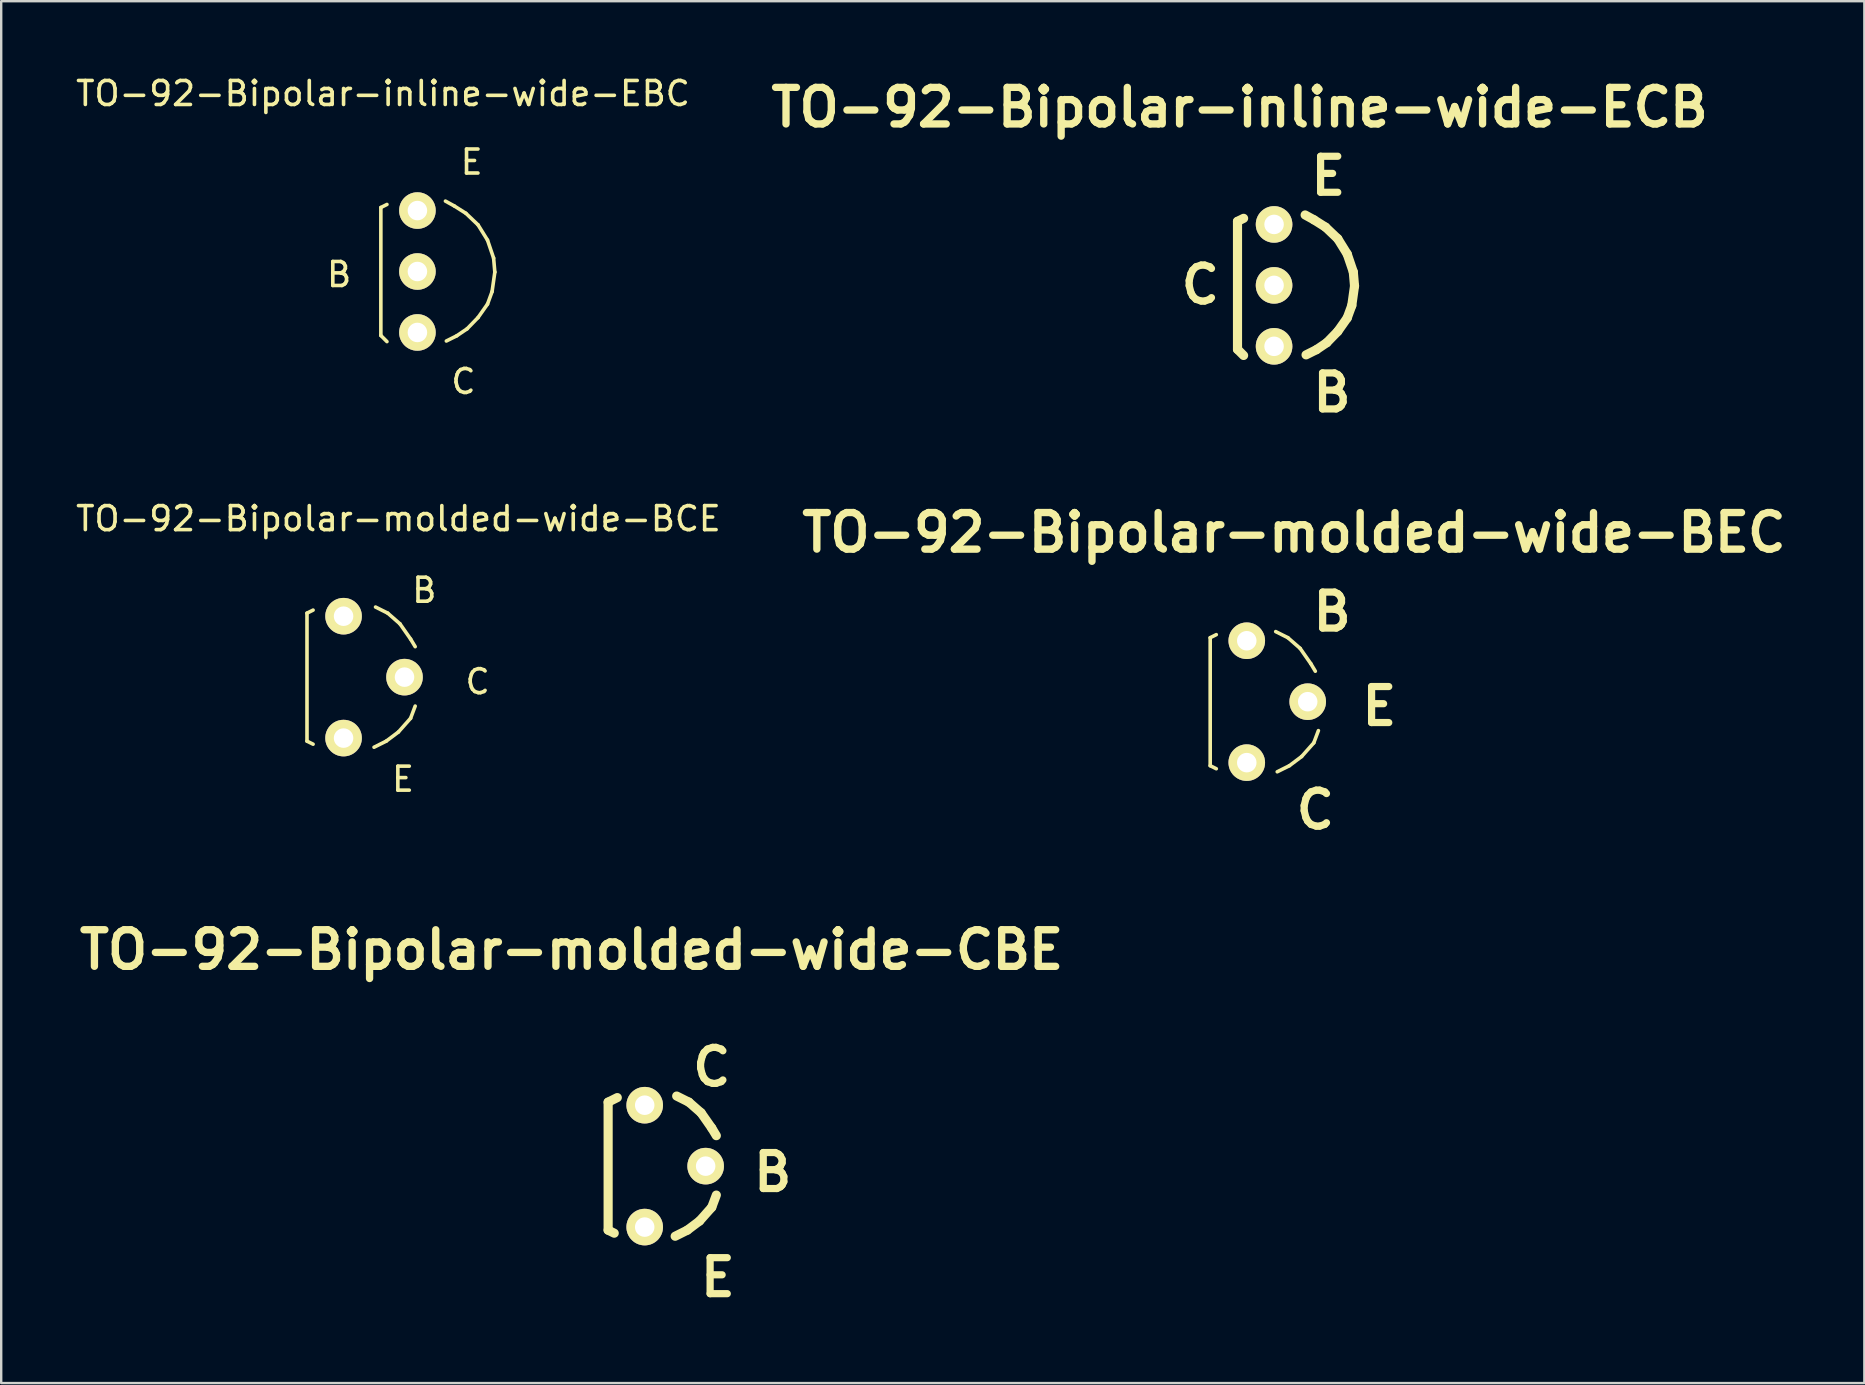
<source format=kicad_pcb>
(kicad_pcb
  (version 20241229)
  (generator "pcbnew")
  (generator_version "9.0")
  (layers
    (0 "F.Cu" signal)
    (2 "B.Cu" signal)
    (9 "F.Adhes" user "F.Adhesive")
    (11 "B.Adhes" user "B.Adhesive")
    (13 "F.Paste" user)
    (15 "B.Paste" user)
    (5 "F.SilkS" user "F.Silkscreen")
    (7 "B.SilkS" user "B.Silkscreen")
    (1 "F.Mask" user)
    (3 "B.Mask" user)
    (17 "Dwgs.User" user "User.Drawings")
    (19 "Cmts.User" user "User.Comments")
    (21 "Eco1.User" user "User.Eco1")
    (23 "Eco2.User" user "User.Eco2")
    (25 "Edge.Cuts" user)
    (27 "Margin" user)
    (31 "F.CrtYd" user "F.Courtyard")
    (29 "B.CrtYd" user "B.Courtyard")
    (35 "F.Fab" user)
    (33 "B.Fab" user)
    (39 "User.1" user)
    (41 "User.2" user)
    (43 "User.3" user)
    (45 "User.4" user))
  (footprint "TO-92-Bipolar-inline-wide-EBC"
    (layer "F.Cu")
    (at 14.346 8.265)
    (property "Reference" "TO-92-Bipolar-inline-wide-EBC" (at -1.435 -7.417 0) (layer "F.SilkS") (effects (font (size 1 1) (thickness 0.15))))
    (attr through_hole)
    (fp_line (start -1.524 -2.667) (end -1.524 2.667) (stroke (width 0.15) (type solid)) (layer "F.SilkS"))
    (fp_line (start -1.524 -2.667) (end -1.27 -2.794) (stroke (width 0.15) (type solid)) (layer "F.SilkS"))
    (fp_line (start -1.524 2.667) (end -1.27 2.921) (stroke (width 0.15) (type solid)) (layer "F.SilkS"))
    (fp_line (start 1.168 -2.934) (end 1.537 -2.731) (stroke (width 0.15) (type solid)) (layer "F.SilkS"))
    (fp_line (start 1.537 -2.731) (end 2.019 -2.426) (stroke (width 0.15) (type solid)) (layer "F.SilkS"))
    (fp_line (start 1.638 2.68) (end 1.206 2.896) (stroke (width 0.15) (type solid)) (layer "F.SilkS"))
    (fp_line (start 2.019 -2.426) (end 2.527 -1.943) (stroke (width 0.15) (type solid)) (layer "F.SilkS"))
    (fp_line (start 2.07 2.388) (end 1.638 2.68) (stroke (width 0.15) (type solid)) (layer "F.SilkS"))
    (fp_line (start 2.527 -1.943) (end 2.921 -1.308) (stroke (width 0.15) (type solid)) (layer "F.SilkS"))
    (fp_line (start 2.527 1.918) (end 2.07 2.388) (stroke (width 0.15) (type solid)) (layer "F.SilkS"))
    (fp_line (start 2.921 -1.308) (end 3.175 -0.559) (stroke (width 0.15) (type solid)) (layer "F.SilkS"))
    (fp_line (start 2.921 1.359) (end 2.527 1.918) (stroke (width 0.15) (type solid)) (layer "F.SilkS"))
    (fp_line (start 3.111 0.838) (end 2.921 1.359) (stroke (width 0.15) (type solid)) (layer "F.SilkS"))
    (fp_line (start 3.175 -0.559) (end 3.226 0.025) (stroke (width 0.15) (type solid)) (layer "F.SilkS"))
    (fp_line (start 3.226 0.025) (end 3.111 0.838) (stroke (width 0.15) (type solid)) (layer "F.SilkS"))
    (fp_text user "C" (at 1.918 4.585 0) (layer "F.SilkS") (effects (font (size 1 1) (thickness 0.15))))
    (fp_text user "E" (at 2.261 -4.559 0) (layer "F.SilkS") (effects (font (size 1 1) (thickness 0.15))))
    (fp_text user "B" (at -3.264 0.127 0) (layer "F.SilkS") (effects (font (size 1 1) (thickness 0.15))))
    (pad "B" thru_hole circle (at 0 0) (size 1.524 1.524) (drill 0.813) (layers "*.Cu" "*.Mask" "F.SilkS"))
    (pad "C" thru_hole circle (at 0 2.54) (size 1.524 1.524) (drill 0.813) (layers "*.Cu" "*.Mask" "F.SilkS"))
    (pad "E" thru_hole circle (at 0 -2.54) (size 1.524 1.524) (drill 0.813) (layers "*.Cu" "*.Mask" "F.SilkS")))
  (footprint "TO-92-Bipolar-molded-wide-BCE"
    (layer "F.Cu")
    (at 11.268 25.17)
    (property "Reference" "TO-92-Bipolar-molded-wide-BCE" (at 2.286 -6.604 0) (layer "F.SilkS") (effects (font (size 1 1) (thickness 0.15))))
    (attr through_hole)
    (fp_line (start -1.524 -2.667) (end -1.524 2.667) (stroke (width 0.15) (type solid)) (layer "F.SilkS"))
    (fp_line (start -1.524 -2.667) (end -1.27 -2.794) (stroke (width 0.15) (type solid)) (layer "F.SilkS"))
    (fp_line (start -1.524 2.667) (end -1.27 2.794) (stroke (width 0.15) (type solid)) (layer "F.SilkS"))
    (fp_line (start 1.333 -2.921) (end 1.841 -2.667) (stroke (width 0.15) (type solid)) (layer "F.SilkS"))
    (fp_line (start 1.778 2.667) (end 1.27 2.921) (stroke (width 0.15) (type solid)) (layer "F.SilkS"))
    (fp_line (start 1.841 -2.667) (end 2.349 -2.223) (stroke (width 0.15) (type solid)) (layer "F.SilkS"))
    (fp_line (start 2.286 2.286) (end 1.778 2.667) (stroke (width 0.15) (type solid)) (layer "F.SilkS"))
    (fp_line (start 2.349 -2.223) (end 2.794 -1.587) (stroke (width 0.15) (type solid)) (layer "F.SilkS"))
    (fp_line (start 2.794 -1.587) (end 2.985 -1.27) (stroke (width 0.15) (type solid)) (layer "F.SilkS"))
    (fp_line (start 2.794 1.714) (end 2.286 2.286) (stroke (width 0.15) (type solid)) (layer "F.SilkS"))
    (fp_line (start 2.985 1.206) (end 2.794 1.714) (stroke (width 0.15) (type solid)) (layer "F.SilkS"))
    (fp_text user "C" (at 5.588 0.191 0) (layer "F.SilkS") (effects (font (size 1 1) (thickness 0.15))))
    (fp_text user "E" (at 2.477 4.255 0) (layer "F.SilkS") (effects (font (size 1 1) (thickness 0.15))))
    (fp_text user "B" (at 3.365 -3.619 0) (layer "F.SilkS") (effects (font (size 1 1) (thickness 0.15))))
    (pad "B" thru_hole circle (at 0 -2.54) (size 1.524 1.524) (drill 0.813) (layers "*.Cu" "*.Mask" "F.SilkS"))
    (pad "C" thru_hole circle (at 2.54 0) (size 1.524 1.524) (drill 0.813) (layers "*.Cu" "*.Mask" "F.SilkS"))
    (pad "E" thru_hole circle (at 0 2.54) (size 1.524 1.524) (drill 0.813) (layers "*.Cu" "*.Mask" "F.SilkS")))
  (footprint "TO-92-Bipolar-inline-wide-ECB"
    (layer "F.Cu")
    (at 50.047 8.843)
    (property "Reference" "TO-92-Bipolar-inline-wide-ECB" (at -1.435 -7.417 0) (layer "F.SilkS") (effects (font (size 1.524 1.524) (thickness 0.305))))
    (attr through_hole)
    (fp_line (start -1.524 -2.667) (end -1.524 2.667) (stroke (width 0.381) (type solid)) (layer "F.SilkS"))
    (fp_line (start -1.524 -2.667) (end -1.27 -2.794) (stroke (width 0.381) (type solid)) (layer "F.SilkS"))
    (fp_line (start -1.524 2.667) (end -1.27 2.921) (stroke (width 0.381) (type solid)) (layer "F.SilkS"))
    (fp_line (start 1.295 -2.934) (end 1.664 -2.731) (stroke (width 0.381) (type solid)) (layer "F.SilkS"))
    (fp_line (start 1.664 -2.731) (end 2.146 -2.426) (stroke (width 0.381) (type solid)) (layer "F.SilkS"))
    (fp_line (start 1.765 2.68) (end 1.333 2.896) (stroke (width 0.381) (type solid)) (layer "F.SilkS"))
    (fp_line (start 2.146 -2.426) (end 2.654 -1.943) (stroke (width 0.381) (type solid)) (layer "F.SilkS"))
    (fp_line (start 2.197 2.388) (end 1.765 2.68) (stroke (width 0.381) (type solid)) (layer "F.SilkS"))
    (fp_line (start 2.654 -1.943) (end 3.048 -1.308) (stroke (width 0.381) (type solid)) (layer "F.SilkS"))
    (fp_line (start 2.654 1.918) (end 2.197 2.388) (stroke (width 0.381) (type solid)) (layer "F.SilkS"))
    (fp_line (start 3.048 -1.308) (end 3.302 -0.559) (stroke (width 0.381) (type solid)) (layer "F.SilkS"))
    (fp_line (start 3.048 1.359) (end 2.654 1.918) (stroke (width 0.381) (type solid)) (layer "F.SilkS"))
    (fp_line (start 3.239 0.838) (end 3.048 1.359) (stroke (width 0.381) (type solid)) (layer "F.SilkS"))
    (fp_line (start 3.302 -0.559) (end 3.353 0.025) (stroke (width 0.381) (type solid)) (layer "F.SilkS"))
    (fp_line (start 3.353 0.025) (end 3.239 0.838) (stroke (width 0.381) (type solid)) (layer "F.SilkS"))
    (fp_text user "C" (at -3.073 -0.025 0) (layer "F.SilkS") (effects (font (size 1.501 1.501) (thickness 0.3))))
    (fp_text user "B" (at 2.413 4.47 0) (layer "F.SilkS") (effects (font (size 1.501 1.501) (thickness 0.3))))
    (fp_text user "E" (at 2.261 -4.559 0) (layer "F.SilkS") (effects (font (size 1.501 1.501) (thickness 0.3))))
    (pad "B" thru_hole circle (at 0 2.54) (size 1.524 1.524) (drill 0.813) (layers "*.Cu" "*.Mask" "F.SilkS"))
    (pad "C" thru_hole circle (at 0 0) (size 1.524 1.524) (drill 0.813) (layers "*.Cu" "*.Mask" "F.SilkS"))
    (pad "E" thru_hole circle (at 0 -2.54) (size 1.524 1.524) (drill 0.813) (layers "*.Cu" "*.Mask" "F.SilkS")))
  (footprint "TO-92-Bipolar-molded-wide-CBE"
    (layer "F.Cu")
    (at 23.818 45.549)
    (property "Reference" "TO-92-Bipolar-molded-wide-CBE" (at -3.048 -9.017 0) (layer "F.SilkS") (effects (font (size 1.524 1.524) (thickness 0.305))))
    (attr through_hole)
    (fp_line (start -1.524 -2.667) (end -1.524 2.667) (stroke (width 0.381) (type solid)) (layer "F.SilkS"))
    (fp_line (start -1.524 -2.667) (end -1.143 -2.857) (stroke (width 0.381) (type solid)) (layer "F.SilkS"))
    (fp_line (start -1.524 2.667) (end -1.27 2.794) (stroke (width 0.381) (type solid)) (layer "F.SilkS"))
    (fp_line (start 1.333 -2.921) (end 1.841 -2.667) (stroke (width 0.381) (type solid)) (layer "F.SilkS"))
    (fp_line (start 1.778 2.667) (end 1.27 2.921) (stroke (width 0.381) (type solid)) (layer "F.SilkS"))
    (fp_line (start 1.841 -2.667) (end 2.349 -2.223) (stroke (width 0.381) (type solid)) (layer "F.SilkS"))
    (fp_line (start 2.286 2.286) (end 1.778 2.667) (stroke (width 0.381) (type solid)) (layer "F.SilkS"))
    (fp_line (start 2.349 -2.223) (end 2.794 -1.587) (stroke (width 0.381) (type solid)) (layer "F.SilkS"))
    (fp_line (start 2.794 -1.587) (end 2.985 -1.27) (stroke (width 0.381) (type solid)) (layer "F.SilkS"))
    (fp_line (start 2.794 1.714) (end 2.286 2.286) (stroke (width 0.381) (type solid)) (layer "F.SilkS"))
    (fp_line (start 2.985 1.206) (end 2.794 1.714) (stroke (width 0.381) (type solid)) (layer "F.SilkS"))
    (fp_text user "B" (at 5.334 0.254 0) (layer "F.SilkS") (effects (font (size 1.501 1.501) (thickness 0.3))))
    (fp_text user "C" (at 2.794 -4.128 0) (layer "F.SilkS") (effects (font (size 1.501 1.501) (thickness 0.3))))
    (fp_text user "E" (at 3.048 4.636 0) (layer "F.SilkS") (effects (font (size 1.501 1.501) (thickness 0.3))))
    (pad "B" thru_hole circle (at 2.54 0) (size 1.524 1.524) (drill 0.813) (layers "*.Cu" "*.Mask" "F.SilkS"))
    (pad "C" thru_hole circle (at 0 -2.54) (size 1.524 1.524) (drill 0.813) (layers "*.Cu" "*.Mask" "F.SilkS"))
    (pad "E" thru_hole circle (at 0 2.54) (size 1.524 1.524) (drill 0.813) (layers "*.Cu" "*.Mask" "F.SilkS")))
  (footprint "TO-92-Bipolar-molded-wide-BEC"
    (layer "F.Cu")
    (at 48.909 26.193)
    (property "Reference" "TO-92-Bipolar-molded-wide-BEC" (at 1.968 -7.048 0) (layer "F.SilkS") (effects (font (size 1.524 1.524) (thickness 0.305))))
    (attr through_hole)
    (fp_line (start -1.524 -2.667) (end -1.524 2.667) (stroke (width 0.15) (type solid)) (layer "F.SilkS"))
    (fp_line (start -1.524 -2.667) (end -1.27 -2.794) (stroke (width 0.15) (type solid)) (layer "F.SilkS"))
    (fp_line (start -1.524 2.667) (end -1.27 2.794) (stroke (width 0.15) (type solid)) (layer "F.SilkS"))
    (fp_line (start 1.206 -2.921) (end 1.714 -2.667) (stroke (width 0.15) (type solid)) (layer "F.SilkS"))
    (fp_line (start 1.714 -2.667) (end 2.223 -2.223) (stroke (width 0.15) (type solid)) (layer "F.SilkS"))
    (fp_line (start 1.778 2.667) (end 1.27 2.921) (stroke (width 0.15) (type solid)) (layer "F.SilkS"))
    (fp_line (start 2.223 -2.223) (end 2.667 -1.587) (stroke (width 0.15) (type solid)) (layer "F.SilkS"))
    (fp_line (start 2.286 2.286) (end 1.778 2.667) (stroke (width 0.15) (type solid)) (layer "F.SilkS"))
    (fp_line (start 2.667 -1.587) (end 2.857 -1.27) (stroke (width 0.15) (type solid)) (layer "F.SilkS"))
    (fp_line (start 2.794 1.714) (end 2.286 2.286) (stroke (width 0.15) (type solid)) (layer "F.SilkS"))
    (fp_line (start 2.985 1.206) (end 2.794 1.714) (stroke (width 0.15) (type solid)) (layer "F.SilkS"))
    (fp_text user "C" (at 2.857 4.508 0) (layer "F.SilkS") (effects (font (size 1.501 1.501) (thickness 0.3))))
    (fp_text user "E" (at 5.524 0.191 0) (layer "F.SilkS") (effects (font (size 1.501 1.501) (thickness 0.3))))
    (fp_text user "B" (at 3.556 -3.747 0) (layer "F.SilkS") (effects (font (size 1.501 1.501) (thickness 0.3))))
    (pad "B" thru_hole circle (at 0 -2.54) (size 1.524 1.524) (drill 0.813) (layers "*.Cu" "*.Mask" "F.SilkS"))
    (pad "C" thru_hole circle (at 0 2.54) (size 1.524 1.524) (drill 0.813) (layers "*.Cu" "*.Mask" "F.SilkS"))
    (pad "E" thru_hole circle (at 2.54 0) (size 1.524 1.524) (drill 0.813) (layers "*.Cu" "*.Mask" "F.SilkS")))
  (gr_rect
    (start -3 -3)
    (end 74.647 54.589)
    (stroke (width 0.1) (type default))
    (fill no)
    (layer "Edge.Cuts")))
</source>
